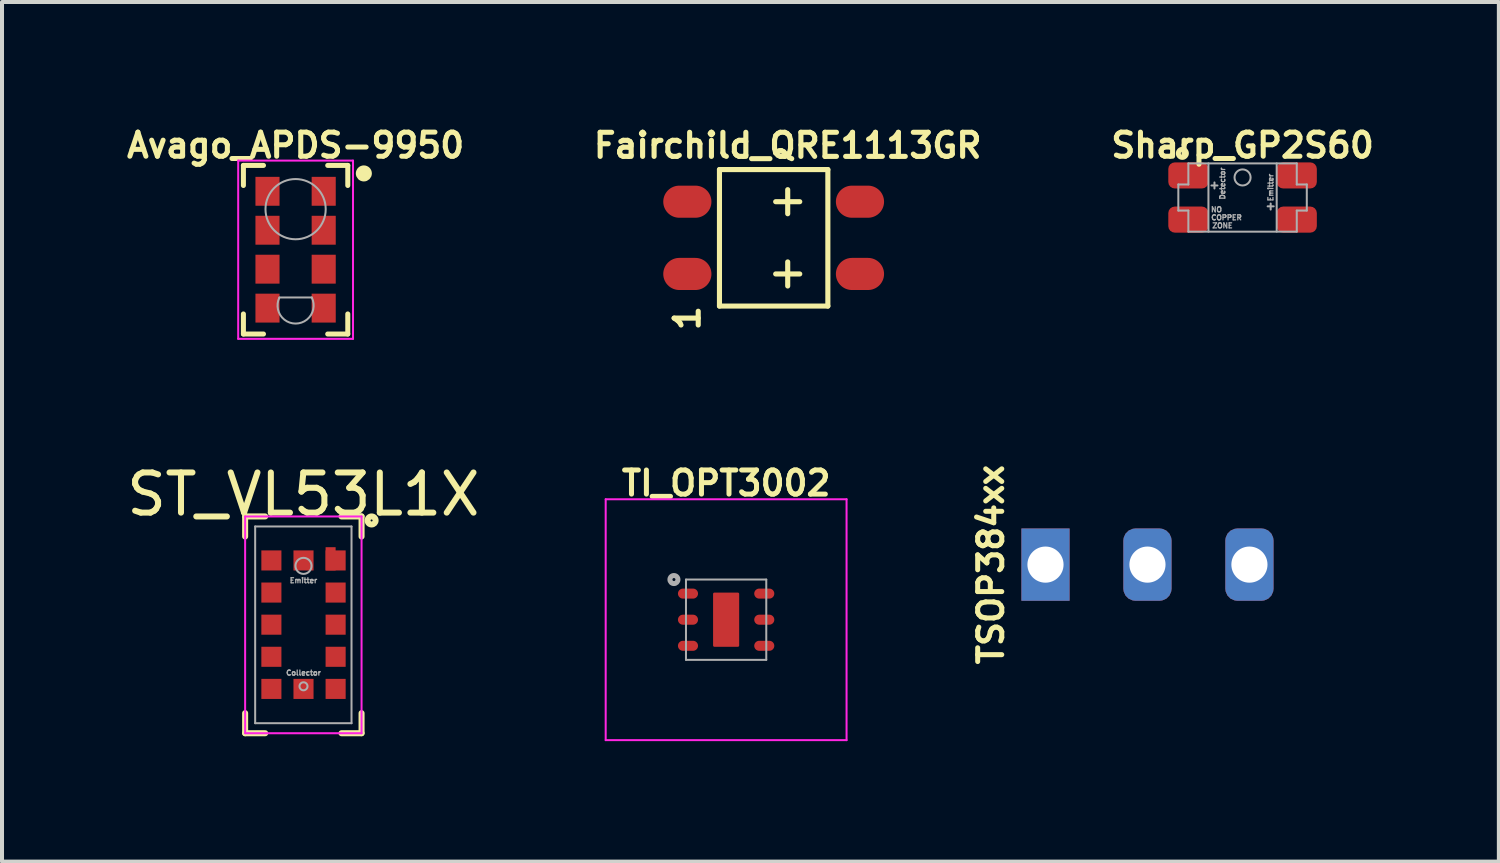
<source format=kicad_pcb>
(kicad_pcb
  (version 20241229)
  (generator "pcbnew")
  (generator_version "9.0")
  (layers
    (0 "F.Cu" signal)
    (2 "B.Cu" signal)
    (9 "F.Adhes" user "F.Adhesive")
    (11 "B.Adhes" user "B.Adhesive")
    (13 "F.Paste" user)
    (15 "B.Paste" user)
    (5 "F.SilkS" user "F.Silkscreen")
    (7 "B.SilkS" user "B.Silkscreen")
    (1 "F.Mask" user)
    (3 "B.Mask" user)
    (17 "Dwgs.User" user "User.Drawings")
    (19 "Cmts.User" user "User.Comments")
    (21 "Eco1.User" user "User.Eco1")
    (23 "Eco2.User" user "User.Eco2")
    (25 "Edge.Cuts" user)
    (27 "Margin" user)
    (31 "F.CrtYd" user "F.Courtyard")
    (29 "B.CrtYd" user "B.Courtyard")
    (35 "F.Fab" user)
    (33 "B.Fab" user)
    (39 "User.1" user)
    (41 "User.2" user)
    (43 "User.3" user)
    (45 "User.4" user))
  (footprint "Avago_APDS-9950"
    (layer "F.Cu")
    (at 4.313 3.17)
    (property "Reference" "Avago_APDS-9950" (at 0 -2.6 0) (layer "F.SilkS") (effects (font (size 0.6 0.6) (thickness 0.125))))
    (attr smd)
    (fp_line (start -1.3 -2.1) (end -1.3 -1.6) (stroke (width 0.125) (type solid)) (layer "F.SilkS"))
    (fp_line (start -1.3 -2.1) (end -0.8 -2.1) (stroke (width 0.125) (type solid)) (layer "F.SilkS"))
    (fp_line (start -1.3 2.1) (end -1.3 1.6) (stroke (width 0.125) (type solid)) (layer "F.SilkS"))
    (fp_line (start -1.3 2.1) (end -0.8 2.1) (stroke (width 0.125) (type solid)) (layer "F.SilkS"))
    (fp_line (start 0.8 2.1) (end 1.3 2.1) (stroke (width 0.125) (type solid)) (layer "F.SilkS"))
    (fp_line (start 1.3 -2.1) (end 0.8 -2.1) (stroke (width 0.125) (type solid)) (layer "F.SilkS"))
    (fp_line (start 1.3 -2.1) (end 1.3 -1.6) (stroke (width 0.125) (type solid)) (layer "F.SilkS"))
    (fp_line (start 1.3 2.1) (end 1.3 1.6) (stroke (width 0.125) (type solid)) (layer "F.SilkS"))
    (fp_circle (center 1.7 -1.9) (end 1.7 -2) (stroke (width 0.2) (type solid)) (fill no) (layer "F.SilkS"))
    (fp_line (start -1.43 -2.22) (end 1.43 -2.22) (stroke (width 0.05) (type solid)) (layer "F.CrtYd"))
    (fp_line (start -1.43 2.22) (end -1.43 -2.22) (stroke (width 0.05) (type solid)) (layer "F.CrtYd"))
    (fp_line (start 1.43 -2.22) (end 1.43 2.22) (stroke (width 0.05) (type solid)) (layer "F.CrtYd"))
    (fp_line (start 1.43 2.22) (end -1.43 2.22) (stroke (width 0.05) (type solid)) (layer "F.CrtYd"))
    (fp_line (start -0.403 1.19) (end 0.403 1.19) (stroke (width 0.05) (type solid)) (layer "F.Fab"))
    (fp_arc (start 0.403 1.19) (mid 0.001132 1.839897) (end -0.404002 1.192031) (stroke (width 0.05) (type solid)) (layer "F.Fab"))
    (fp_circle (center 0 -1.01) (end 0.75 -1.01) (stroke (width 0.05) (type solid)) (fill no) (layer "F.Fab"))
    (pad "1" smd rect (at 0.7 -1.455) (size 0.6 0.72) (layers "F.Cu" "F.Mask" "F.Paste"))
    (pad "2" smd rect (at 0.7 -0.485) (size 0.6 0.72) (layers "F.Cu" "F.Mask" "F.Paste"))
    (pad "3" smd rect (at 0.7 0.485) (size 0.6 0.72) (layers "F.Cu" "F.Mask" "F.Paste"))
    (pad "4" smd rect (at 0.7 1.455) (size 0.6 0.72) (layers "F.Cu" "F.Mask" "F.Paste"))
    (pad "5" smd rect (at -0.7 1.455) (size 0.6 0.72) (layers "F.Cu" "F.Mask" "F.Paste"))
    (pad "6" smd rect (at -0.7 0.485) (size 0.6 0.72) (layers "F.Cu" "F.Mask" "F.Paste"))
    (pad "7" smd rect (at -0.7 -0.485) (size 0.6 0.72) (layers "F.Cu" "F.Mask" "F.Paste"))
    (pad "8" smd rect (at -0.7 -1.455) (size 0.6 0.72) (layers "F.Cu" "F.Mask" "F.Paste")))
  (footprint "TSOP384xx"
    (layer "F.Cu")
    (at 25.532 11.014)
    (property "Reference" "TSOP384xx" (at -3.9 0 90) (layer "F.SilkS") (effects (font (size 0.6 0.6) (thickness 0.125))))
    (attr through_hole)
    (pad "1" thru_hole rect (at -2.54 0) (size 1.2 1.8) (drill 0.9) (layers "*.Cu" "*.Mask"))
    (pad "2" thru_hole roundrect (at 0 0) (size 1.2 1.8) (drill 0.9) (layers "*.Cu" "*.Mask") (roundrect_rratio 0.25))
    (pad "3" thru_hole roundrect (at 2.54 0) (size 1.2 1.8) (drill 0.9) (layers "*.Cu" "*.Mask") (roundrect_rratio 0.25)))
  (footprint "Sharp_GP2S60"
    (layer "F.Cu")
    (at 27.901 1.87)
    (property "Reference" "Sharp_GP2S60" (at 0 -1.3 0) (layer "F.SilkS") (effects (font (size 0.6 0.6) (thickness 0.125))))
    (attr smd)
    (fp_circle (center -1.5 -1.1) (end -1.6 -1.1) (stroke (width 0.125) (type solid)) (fill no) (layer "F.SilkS"))
    (fp_line (start -1.6 -0.325) (end -1.35 -0.325) (stroke (width 0.05) (type solid)) (layer "F.Fab"))
    (fp_line (start -1.6 0.325) (end -1.6 -0.325) (stroke (width 0.05) (type solid)) (layer "F.Fab"))
    (fp_line (start -1.35 -0.85) (end 1.35 -0.85) (stroke (width 0.05) (type solid)) (layer "F.Fab"))
    (fp_line (start -1.35 -0.325) (end -1.35 -0.85) (stroke (width 0.05) (type solid)) (layer "F.Fab"))
    (fp_line (start -1.35 0.325) (end -1.6 0.325) (stroke (width 0.05) (type solid)) (layer "F.Fab"))
    (fp_line (start -1.35 0.85) (end -1.35 0.325) (stroke (width 0.05) (type solid)) (layer "F.Fab"))
    (fp_line (start -1.35 0.85) (end 1.35 0.85) (stroke (width 0.05) (type solid)) (layer "F.Fab"))
    (fp_line (start -0.85 -0.85) (end -0.85 0.85) (stroke (width 0.05) (type solid)) (layer "F.Fab"))
    (fp_line (start -0.7 -0.375) (end -0.7 -0.225) (stroke (width 0.05) (type solid)) (layer "F.Fab"))
    (fp_line (start -0.625 -0.3) (end -0.775 -0.3) (stroke (width 0.05) (type solid)) (layer "F.Fab"))
    (fp_line (start 0.625 0.22) (end 0.775 0.22) (stroke (width 0.05) (type solid)) (layer "F.Fab"))
    (fp_line (start 0.7 0.15) (end 0.7 0.3) (stroke (width 0.05) (type solid)) (layer "F.Fab"))
    (fp_line (start 0.85 -0.85) (end 0.85 0.85) (stroke (width 0.05) (type solid)) (layer "F.Fab"))
    (fp_line (start 1.35 -0.325) (end 1.35 -0.85) (stroke (width 0.05) (type solid)) (layer "F.Fab"))
    (fp_line (start 1.35 0.325) (end 1.6 0.325) (stroke (width 0.05) (type solid)) (layer "F.Fab"))
    (fp_line (start 1.35 0.85) (end 1.35 0.325) (stroke (width 0.05) (type solid)) (layer "F.Fab"))
    (fp_line (start 1.6 -0.325) (end 1.35 -0.325) (stroke (width 0.05) (type solid)) (layer "F.Fab"))
    (fp_line (start 1.6 0.325) (end 1.6 -0.325) (stroke (width 0.05) (type solid)) (layer "F.Fab"))
    (fp_circle (center 0 -0.5) (end 0 -0.3) (stroke (width 0.05) (type solid)) (fill no) (layer "F.Fab"))
    (fp_text user "ZONE" (at -0.5 0.7 0) (layer "F.Fab") (effects (font (size 0.127 0.127) (thickness 0.032))))
    (fp_text user "Emitter" (at 0.7 -0.25 90) (layer "F.Fab") (effects (font (size 0.127 0.127) (thickness 0.032))))
    (fp_text user "Detector" (at -0.5 -0.35 90) (layer "F.Fab") (effects (font (size 0.127 0.127) (thickness 0.032))))
    (fp_text user "NO" (at -0.65 0.3 0) (layer "F.Fab") (effects (font (size 0.127 0.127) (thickness 0.032))))
    (fp_text user "COPPER" (at -0.4 0.5 0) (layer "F.Fab") (effects (font (size 0.127 0.127) (thickness 0.032))))
    (pad "1" smd roundrect (at -1.35 -0.55) (size 1 0.65) (layers "F.Cu" "F.Mask" "F.Paste") (roundrect_rratio 0.25))
    (pad "2" smd roundrect (at -1.35 0.55) (size 1 0.65) (layers "F.Cu" "F.Mask" "F.Paste") (roundrect_rratio 0.25))
    (pad "3" smd roundrect (at 1.35 0.55) (size 1 0.65) (layers "F.Cu" "F.Mask" "F.Paste") (roundrect_rratio 0.25))
    (pad "4" smd roundrect (at 1.35 -0.55) (size 1 0.65) (layers "F.Cu" "F.Mask" "F.Paste") (roundrect_rratio 0.25)))
  (footprint "ST_VL53L1X"
    (layer "F.Cu")
    (at 4.506 12.514)
    (property "Reference" "ST_VL53L1X" (at 0 -3.25 0) (layer "F.SilkS") (effects (font (size 1 1) (thickness 0.15))))
    (attr smd)
    (fp_line (start -1.45 -2.7) (end -1.45 -2.2) (stroke (width 0.15) (type solid)) (layer "F.SilkS"))
    (fp_line (start -1.45 -2.7) (end -0.95 -2.7) (stroke (width 0.15) (type solid)) (layer "F.SilkS"))
    (fp_line (start -1.45 2.2) (end -1.45 2.7) (stroke (width 0.15) (type solid)) (layer "F.SilkS"))
    (fp_line (start -1.45 2.7) (end -0.95 2.7) (stroke (width 0.15) (type solid)) (layer "F.SilkS"))
    (fp_line (start 0.95 -2.7) (end 1.45 -2.7) (stroke (width 0.15) (type solid)) (layer "F.SilkS"))
    (fp_line (start 0.95 2.7) (end 1.45 2.7) (stroke (width 0.15) (type solid)) (layer "F.SilkS"))
    (fp_line (start 1.45 -2.7) (end 1.45 -2.2) (stroke (width 0.15) (type solid)) (layer "F.SilkS"))
    (fp_line (start 1.45 2.7) (end 1.45 2.2) (stroke (width 0.15) (type solid)) (layer "F.SilkS"))
    (fp_circle (center 1.7 -2.6) (end 1.8 -2.6) (stroke (width 0.15) (type solid)) (fill no) (layer "F.SilkS"))
    (fp_line (start -1.45 -2.7) (end -1.45 2.7) (stroke (width 0.05) (type solid)) (layer "F.CrtYd"))
    (fp_line (start -1.45 -2.7) (end 1.45 -2.7) (stroke (width 0.05) (type solid)) (layer "F.CrtYd"))
    (fp_line (start -1.45 2.7) (end 1.45 2.7) (stroke (width 0.05) (type solid)) (layer "F.CrtYd"))
    (fp_line (start 1.45 2.7) (end 1.45 -2.7) (stroke (width 0.05) (type solid)) (layer "F.CrtYd"))
    (fp_line (start -1.2 -2.45) (end 1.2 -2.45) (stroke (width 0.05) (type solid)) (layer "F.Fab"))
    (fp_line (start -1.2 2.45) (end -1.2 -2.45) (stroke (width 0.05) (type solid)) (layer "F.Fab"))
    (fp_line (start 1.2 -2.45) (end 1.2 2.45) (stroke (width 0.05) (type solid)) (layer "F.Fab"))
    (fp_line (start 1.2 2.45) (end -1.2 2.45) (stroke (width 0.05) (type solid)) (layer "F.Fab"))
    (fp_circle (center 0.004 -1.469) (end -0.196 -1.469) (stroke (width 0.05) (type solid)) (fill no) (layer "F.Fab"))
    (fp_circle (center 0.004 1.531) (end -0.096 1.531) (stroke (width 0.05) (type solid)) (fill no) (layer "F.Fab"))
    (fp_text user "Collector" (at 0.004 1.196 180) (layer "F.Fab") (effects (font (size 0.127 0.127) (thickness 0.032))))
    (fp_text user "Emitter" (at 0.004 -1.104 180) (layer "F.Fab") (effects (font (size 0.127 0.127) (thickness 0.032))))
    (pad "1" smd rect (at 0.679 -1.644 270) (size 0.58 0.25) (layers "F.Cu" "F.Mask" "F.Paste"))
    (pad "1" smd rect (at 0.804 -1.604 180) (size 0.5 0.5) (layers "F.Cu" "F.Mask" "F.Paste"))
    (pad "2" smd rect (at 0.804 -0.804 180) (size 0.5 0.5) (layers "F.Cu" "F.Mask" "F.Paste"))
    (pad "3" smd rect (at 0.804 -0.004 180) (size 0.5 0.5) (layers "F.Cu" "F.Mask" "F.Paste"))
    (pad "4" smd rect (at 0.804 0.796 180) (size 0.5 0.5) (layers "F.Cu" "F.Mask" "F.Paste"))
    (pad "5" smd rect (at 0.804 1.596 180) (size 0.5 0.5) (layers "F.Cu" "F.Mask" "F.Paste"))
    (pad "6" smd rect (at 0.004 1.596 180) (size 0.5 0.5) (layers "F.Cu" "F.Mask" "F.Paste"))
    (pad "7" smd rect (at -0.796 1.596 180) (size 0.5 0.5) (layers "F.Cu" "F.Mask" "F.Paste"))
    (pad "8" smd rect (at -0.796 0.796 180) (size 0.5 0.5) (layers "F.Cu" "F.Mask" "F.Paste"))
    (pad "9" smd rect (at -0.796 -0.004 180) (size 0.5 0.5) (layers "F.Cu" "F.Mask" "F.Paste"))
    (pad "10" smd rect (at -0.796 -0.804 180) (size 0.5 0.5) (layers "F.Cu" "F.Mask" "F.Paste"))
    (pad "11" smd rect (at -0.796 -1.604 180) (size 0.5 0.5) (layers "F.Cu" "F.Mask" "F.Paste"))
    (pad "12" smd rect (at 0.004 -1.604 180) (size 0.5 0.5) (layers "F.Cu" "F.Mask" "F.Paste")))
  (footprint "Fairchild_QRE1113GR"
    (layer "F.Cu")
    (at 16.571 2.874)
    (property "Reference" "Fairchild_QRE1113GR" (at 0 -2.3 0) (layer "F.SilkS") (effects (font (size 0.6 0.6) (thickness 0.127))))
    (attr through_hole)
    (fp_line (start -1.7 -1.7) (end 1 -1.7) (stroke (width 0.127) (type solid)) (layer "F.SilkS"))
    (fp_line (start -1.7 1.7) (end -1.7 -1.7) (stroke (width 0.127) (type solid)) (layer "F.SilkS"))
    (fp_line (start -0.3 -0.9) (end 0.3 -0.9) (stroke (width 0.127) (type solid)) (layer "F.SilkS"))
    (fp_line (start -0.3 0.9) (end 0.3 0.9) (stroke (width 0.127) (type solid)) (layer "F.SilkS"))
    (fp_line (start 0 -1.2) (end 0 -0.6) (stroke (width 0.127) (type solid)) (layer "F.SilkS"))
    (fp_line (start 0 0.6) (end 0 1.2) (stroke (width 0.127) (type solid)) (layer "F.SilkS"))
    (fp_line (start 1 -1.7) (end 1 1.7) (stroke (width 0.127) (type solid)) (layer "F.SilkS"))
    (fp_line (start 1 1.7) (end -1.7 1.7) (stroke (width 0.127) (type solid)) (layer "F.SilkS"))
    (fp_text user "1" (at -2.5 2 90) (layer "F.SilkS") (effects (font (size 0.6 0.6) (thickness 0.127))))
    (pad "1" smd oval (at -2.5 0.9) (size 1.2 0.8) (layers "F.Cu" "F.Mask" "F.Paste"))
    (pad "2" smd oval (at 1.8 0.9) (size 1.2 0.8) (layers "F.Cu" "F.Mask" "F.Paste"))
    (pad "3" smd oval (at 1.8 -0.9) (size 1.2 0.8) (layers "F.Cu" "F.Mask" "F.Paste"))
    (pad "4" smd oval (at -2.5 -0.9) (size 1.2 0.8) (layers "F.Cu" "F.Mask" "F.Paste")))
  (footprint "TI_OPT3002"
    (layer "F.Cu")
    (at 15.037 12.386)
    (property "Reference" "TI_OPT3002" (at 0 -3.4 0) (layer "F.SilkS") (effects (font (size 0.6 0.6) (thickness 0.125))))
    (attr smd)
    (fp_line (start -3 -3) (end 3 -3) (stroke (width 0.05) (type solid)) (layer "F.CrtYd"))
    (fp_line (start -3 3) (end -3 -3) (stroke (width 0.05) (type solid)) (layer "F.CrtYd"))
    (fp_line (start 3 -3) (end 3 3) (stroke (width 0.05) (type solid)) (layer "F.CrtYd"))
    (fp_line (start 3 3) (end -3 3) (stroke (width 0.05) (type solid)) (layer "F.CrtYd"))
    (fp_line (start -1 -1) (end 1 -1) (stroke (width 0.05) (type solid)) (layer "F.Fab"))
    (fp_line (start -1 1) (end -1 -1) (stroke (width 0.05) (type solid)) (layer "F.Fab"))
    (fp_line (start 1 -1) (end 1 1) (stroke (width 0.05) (type solid)) (layer "F.Fab"))
    (fp_line (start 1 1) (end -1 1) (stroke (width 0.05) (type solid)) (layer "F.Fab"))
    (fp_circle (center -1.3 -1) (end -1.3 -1.1) (stroke (width 0.125) (type solid)) (fill no) (layer "F.Fab"))
    (pad "1" smd oval (at -0.95 -0.65) (size 0.5 0.25) (layers "F.Cu" "F.Mask" "F.Paste"))
    (pad "2" smd oval (at -0.95 0) (size 0.5 0.25) (layers "F.Cu" "F.Mask" "F.Paste"))
    (pad "3" smd oval (at -0.95 0.65) (size 0.5 0.25) (layers "F.Cu" "F.Mask" "F.Paste"))
    (pad "4" smd oval (at 0.95 0.65) (size 0.5 0.25) (layers "F.Cu" "F.Mask" "F.Paste"))
    (pad "5" smd oval (at 0.95 0) (size 0.5 0.25) (layers "F.Cu" "F.Mask" "F.Paste"))
    (pad "6" smd oval (at 0.95 -0.65) (size 0.5 0.25) (layers "F.Cu" "F.Mask" "F.Paste"))
    (pad "7" smd roundrect (at 0 0) (size 0.65 1.35) (layers "F.Cu" "F.Mask" "F.Paste") (roundrect_rratio 0.05)))
  (gr_rect
    (start -3 -3)
    (end 34.285 18.411)
    (stroke (width 0.1) (type default))
    (fill no)
    (layer "Edge.Cuts")))
</source>
